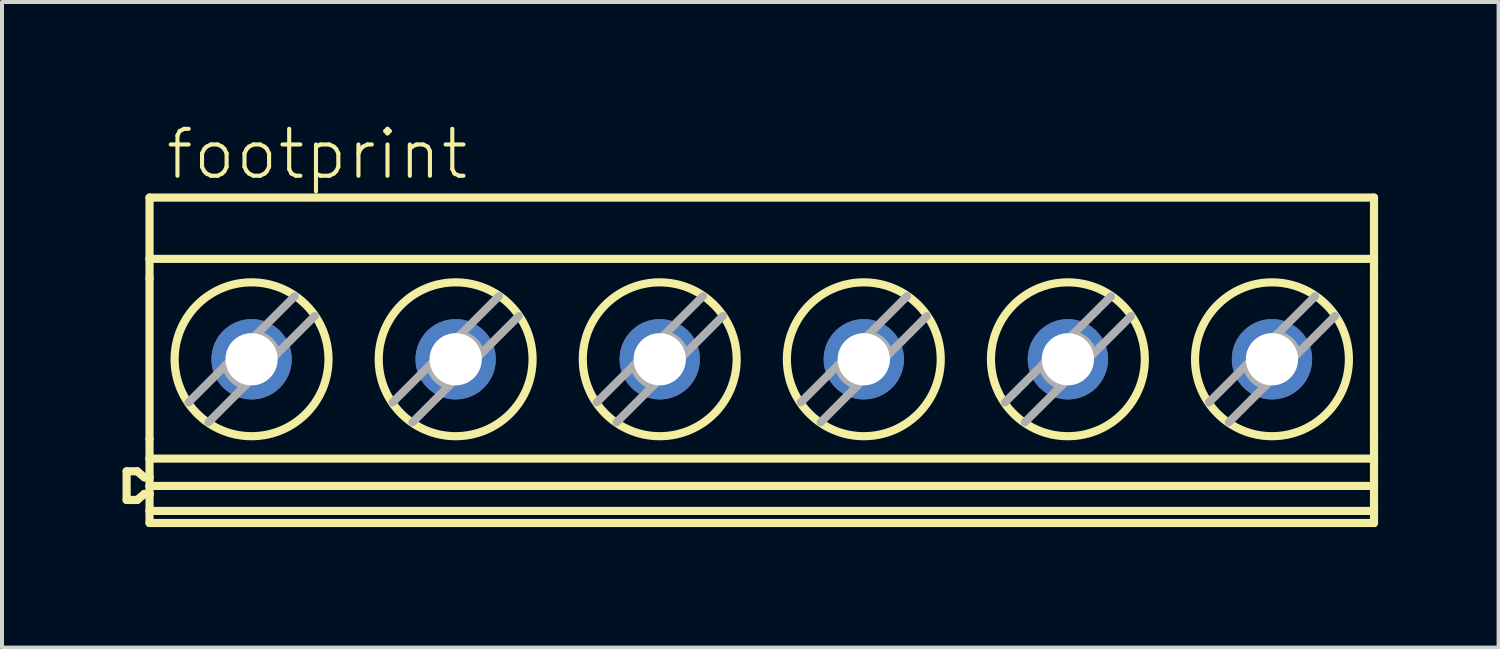
<source format=kicad_pcb>
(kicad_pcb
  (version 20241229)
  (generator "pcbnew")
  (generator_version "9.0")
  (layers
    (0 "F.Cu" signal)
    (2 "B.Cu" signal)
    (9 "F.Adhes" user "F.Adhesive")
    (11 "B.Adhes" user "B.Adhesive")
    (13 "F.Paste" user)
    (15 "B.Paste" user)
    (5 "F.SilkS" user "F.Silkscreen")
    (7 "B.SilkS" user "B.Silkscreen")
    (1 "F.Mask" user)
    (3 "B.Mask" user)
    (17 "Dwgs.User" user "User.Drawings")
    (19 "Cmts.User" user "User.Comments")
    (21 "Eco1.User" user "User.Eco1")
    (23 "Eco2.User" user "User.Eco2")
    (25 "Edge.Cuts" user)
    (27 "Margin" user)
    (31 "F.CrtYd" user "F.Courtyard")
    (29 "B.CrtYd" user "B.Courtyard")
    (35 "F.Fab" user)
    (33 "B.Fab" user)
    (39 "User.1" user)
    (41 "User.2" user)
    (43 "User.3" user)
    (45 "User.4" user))
  (footprint "footprint"
    (layer "F.Cu")
    (at 15.912 5.918)
    (property "Reference" "footprint" (at -14.89 -4.445 0) (layer "F.SilkS") (effects (font (size 1.168 1.168) (thickness 0.102)) (justify left bottom)))
    (fp_line (start -15.81 2.763) (end -15.81 3.477) (stroke (width 0.203) (type solid)) (layer "F.SilkS"))
    (fp_line (start -15.81 2.763) (end -15.547 2.763) (stroke (width 0.203) (type solid)) (layer "F.SilkS"))
    (fp_line (start -15.81 3.477) (end -15.547 3.477) (stroke (width 0.203) (type solid)) (layer "F.SilkS"))
    (fp_line (start -15.547 2.763) (end -15.369 2.913) (stroke (width 0.203) (type solid)) (layer "F.SilkS"))
    (fp_line (start -15.369 2.913) (end -15.24 2.913) (stroke (width 0.203) (type solid)) (layer "F.SilkS"))
    (fp_line (start -15.369 3.327) (end -15.547 3.477) (stroke (width 0.203) (type solid)) (layer "F.SilkS"))
    (fp_line (start -15.24 -4.05) (end 15.24 -4.05) (stroke (width 0.203) (type solid)) (layer "F.SilkS"))
    (fp_line (start -15.24 -2.524) (end -15.24 -4.05) (stroke (width 0.203) (type solid)) (layer "F.SilkS"))
    (fp_line (start -15.24 -2.524) (end -15.24 -2.041) (stroke (width 0.203) (type solid)) (layer "F.SilkS"))
    (fp_line (start -15.24 -2.524) (end 15.24 -2.524) (stroke (width 0.203) (type solid)) (layer "F.SilkS"))
    (fp_line (start -15.24 1.956) (end -15.24 -2.041) (stroke (width 0.203) (type solid)) (layer "F.SilkS"))
    (fp_line (start -15.24 1.956) (end -15.24 2.448) (stroke (width 0.203) (type solid)) (layer "F.SilkS"))
    (fp_line (start -15.24 2.913) (end -15.24 2.448) (stroke (width 0.203) (type solid)) (layer "F.SilkS"))
    (fp_line (start -15.24 3.128) (end -15.24 2.913) (stroke (width 0.203) (type solid)) (layer "F.SilkS"))
    (fp_line (start -15.24 3.128) (end 15.24 3.128) (stroke (width 0.203) (type solid)) (layer "F.SilkS"))
    (fp_line (start -15.24 3.327) (end -15.369 3.327) (stroke (width 0.203) (type solid)) (layer "F.SilkS"))
    (fp_line (start -15.24 3.327) (end -15.24 3.128) (stroke (width 0.203) (type solid)) (layer "F.SilkS"))
    (fp_line (start -15.24 3.75) (end -15.24 3.327) (stroke (width 0.203) (type solid)) (layer "F.SilkS"))
    (fp_line (start -15.24 3.75) (end -15.24 4.05) (stroke (width 0.203) (type solid)) (layer "F.SilkS"))
    (fp_line (start -15.24 4.05) (end 15.24 4.05) (stroke (width 0.203) (type solid)) (layer "F.SilkS"))
    (fp_line (start 15.24 -2.524) (end 15.24 -4.05) (stroke (width 0.203) (type solid)) (layer "F.SilkS"))
    (fp_line (start 15.24 -2.524) (end 15.24 -2.041) (stroke (width 0.203) (type solid)) (layer "F.SilkS"))
    (fp_line (start 15.24 1.956) (end 15.24 -2.041) (stroke (width 0.203) (type solid)) (layer "F.SilkS"))
    (fp_line (start 15.24 1.956) (end 15.24 2.448) (stroke (width 0.203) (type solid)) (layer "F.SilkS"))
    (fp_line (start 15.24 2.448) (end -15.24 2.448) (stroke (width 0.203) (type solid)) (layer "F.SilkS"))
    (fp_line (start 15.24 3.128) (end 15.24 2.448) (stroke (width 0.203) (type solid)) (layer "F.SilkS"))
    (fp_line (start 15.24 3.75) (end -15.24 3.75) (stroke (width 0.203) (type solid)) (layer "F.SilkS"))
    (fp_line (start 15.24 3.75) (end 15.24 3.128) (stroke (width 0.203) (type solid)) (layer "F.SilkS"))
    (fp_line (start 15.24 3.75) (end 15.24 4.05) (stroke (width 0.203) (type solid)) (layer "F.SilkS"))
    (fp_circle (center -12.7 -0.025) (end -10.785 -0.025) (stroke (width 0.203) (type solid)) (fill no) (layer "F.SilkS"))
    (fp_circle (center -7.62 -0.025) (end -5.705 -0.025) (stroke (width 0.203) (type solid)) (fill no) (layer "F.SilkS"))
    (fp_circle (center -2.54 -0.025) (end -0.625 -0.025) (stroke (width 0.203) (type solid)) (fill no) (layer "F.SilkS"))
    (fp_circle (center 2.54 -0.025) (end 4.455 -0.025) (stroke (width 0.203) (type solid)) (fill no) (layer "F.SilkS"))
    (fp_circle (center 7.62 -0.025) (end 9.535 -0.025) (stroke (width 0.203) (type solid)) (fill no) (layer "F.SilkS"))
    (fp_circle (center 12.7 -0.025) (end 14.615 -0.025) (stroke (width 0.203) (type solid)) (fill no) (layer "F.SilkS"))
    (fp_line (start -14.268 1.048) (end -13.339 0.119) (stroke (width 0.203) (type solid)) (layer "F.Fab"))
    (fp_line (start -13.339 0.119) (end -12.7 -0.52) (stroke (width 0.203) (type solid)) (layer "F.Fab"))
    (fp_line (start -12.86 0.63) (end -13.773 1.543) (stroke (width 0.203) (type solid)) (layer "F.Fab"))
    (fp_line (start -12.7 -0.52) (end -12.581 -0.639) (stroke (width 0.203) (type solid)) (layer "F.Fab"))
    (fp_line (start -12.7 0.47) (end -12.86 0.63) (stroke (width 0.203) (type solid)) (layer "F.Fab"))
    (fp_line (start -12.581 -0.639) (end -11.627 -1.593) (stroke (width 0.203) (type solid)) (layer "F.Fab"))
    (fp_line (start -12.07 -0.16) (end -12.7 0.47) (stroke (width 0.203) (type solid)) (layer "F.Fab"))
    (fp_line (start -11.132 -1.098) (end -12.07 -0.16) (stroke (width 0.203) (type solid)) (layer "F.Fab"))
    (fp_line (start -9.188 1.048) (end -8.259 0.119) (stroke (width 0.203) (type solid)) (layer "F.Fab"))
    (fp_line (start -8.259 0.119) (end -7.62 -0.52) (stroke (width 0.203) (type solid)) (layer "F.Fab"))
    (fp_line (start -7.78 0.63) (end -8.693 1.543) (stroke (width 0.203) (type solid)) (layer "F.Fab"))
    (fp_line (start -7.62 -0.52) (end -7.501 -0.639) (stroke (width 0.203) (type solid)) (layer "F.Fab"))
    (fp_line (start -7.62 0.47) (end -7.78 0.63) (stroke (width 0.203) (type solid)) (layer "F.Fab"))
    (fp_line (start -7.501 -0.639) (end -6.547 -1.593) (stroke (width 0.203) (type solid)) (layer "F.Fab"))
    (fp_line (start -6.99 -0.16) (end -7.62 0.47) (stroke (width 0.203) (type solid)) (layer "F.Fab"))
    (fp_line (start -6.052 -1.098) (end -6.99 -0.16) (stroke (width 0.203) (type solid)) (layer "F.Fab"))
    (fp_line (start -4.108 1.048) (end -3.179 0.119) (stroke (width 0.203) (type solid)) (layer "F.Fab"))
    (fp_line (start -3.179 0.119) (end -2.54 -0.52) (stroke (width 0.203) (type solid)) (layer "F.Fab"))
    (fp_line (start -2.7 0.63) (end -3.613 1.543) (stroke (width 0.203) (type solid)) (layer "F.Fab"))
    (fp_line (start -2.54 -0.52) (end -2.421 -0.639) (stroke (width 0.203) (type solid)) (layer "F.Fab"))
    (fp_line (start -2.54 0.47) (end -2.7 0.63) (stroke (width 0.203) (type solid)) (layer "F.Fab"))
    (fp_line (start -2.421 -0.639) (end -1.467 -1.593) (stroke (width 0.203) (type solid)) (layer "F.Fab"))
    (fp_line (start -1.91 -0.16) (end -2.54 0.47) (stroke (width 0.203) (type solid)) (layer "F.Fab"))
    (fp_line (start -0.972 -1.098) (end -1.91 -0.16) (stroke (width 0.203) (type solid)) (layer "F.Fab"))
    (fp_line (start 0.972 1.048) (end 1.901 0.119) (stroke (width 0.203) (type solid)) (layer "F.Fab"))
    (fp_line (start 1.901 0.119) (end 2.54 -0.52) (stroke (width 0.203) (type solid)) (layer "F.Fab"))
    (fp_line (start 2.38 0.63) (end 1.467 1.543) (stroke (width 0.203) (type solid)) (layer "F.Fab"))
    (fp_line (start 2.54 -0.52) (end 2.659 -0.639) (stroke (width 0.203) (type solid)) (layer "F.Fab"))
    (fp_line (start 2.54 0.47) (end 2.38 0.63) (stroke (width 0.203) (type solid)) (layer "F.Fab"))
    (fp_line (start 2.659 -0.639) (end 3.613 -1.593) (stroke (width 0.203) (type solid)) (layer "F.Fab"))
    (fp_line (start 3.17 -0.16) (end 2.54 0.47) (stroke (width 0.203) (type solid)) (layer "F.Fab"))
    (fp_line (start 4.108 -1.098) (end 3.17 -0.16) (stroke (width 0.203) (type solid)) (layer "F.Fab"))
    (fp_line (start 6.052 1.048) (end 6.981 0.119) (stroke (width 0.203) (type solid)) (layer "F.Fab"))
    (fp_line (start 6.981 0.119) (end 7.62 -0.52) (stroke (width 0.203) (type solid)) (layer "F.Fab"))
    (fp_line (start 7.46 0.63) (end 6.547 1.543) (stroke (width 0.203) (type solid)) (layer "F.Fab"))
    (fp_line (start 7.62 -0.52) (end 7.739 -0.639) (stroke (width 0.203) (type solid)) (layer "F.Fab"))
    (fp_line (start 7.62 0.47) (end 7.46 0.63) (stroke (width 0.203) (type solid)) (layer "F.Fab"))
    (fp_line (start 7.739 -0.639) (end 8.693 -1.593) (stroke (width 0.203) (type solid)) (layer "F.Fab"))
    (fp_line (start 8.25 -0.16) (end 7.62 0.47) (stroke (width 0.203) (type solid)) (layer "F.Fab"))
    (fp_line (start 9.188 -1.098) (end 8.25 -0.16) (stroke (width 0.203) (type solid)) (layer "F.Fab"))
    (fp_line (start 11.132 1.048) (end 12.061 0.119) (stroke (width 0.203) (type solid)) (layer "F.Fab"))
    (fp_line (start 12.061 0.119) (end 12.7 -0.52) (stroke (width 0.203) (type solid)) (layer "F.Fab"))
    (fp_line (start 12.54 0.63) (end 11.627 1.543) (stroke (width 0.203) (type solid)) (layer "F.Fab"))
    (fp_line (start 12.7 -0.52) (end 12.819 -0.639) (stroke (width 0.203) (type solid)) (layer "F.Fab"))
    (fp_line (start 12.7 0.47) (end 12.54 0.63) (stroke (width 0.203) (type solid)) (layer "F.Fab"))
    (fp_line (start 12.819 -0.639) (end 13.773 -1.593) (stroke (width 0.203) (type solid)) (layer "F.Fab"))
    (fp_line (start 13.33 -0.16) (end 12.7 0.47) (stroke (width 0.203) (type solid)) (layer "F.Fab"))
    (fp_line (start 14.268 -1.098) (end 13.33 -0.16) (stroke (width 0.203) (type solid)) (layer "F.Fab"))
    (fp_arc (start -12.859999 0.63) (mid -13.174215 0.444537) (end -13.339 0.119) (stroke (width 0.2032) (type solid)) (layer "F.Fab"))
    (fp_arc (start -12.581 -0.639) (mid -12.255463 -0.474216) (end -12.07 -0.16) (stroke (width 0.2032) (type solid)) (layer "F.Fab"))
    (fp_arc (start -7.779999 0.63) (mid -8.094215 0.444537) (end -8.259 0.119) (stroke (width 0.2032) (type solid)) (layer "F.Fab"))
    (fp_arc (start -7.501 -0.639) (mid -7.175463 -0.474216) (end -6.99 -0.16) (stroke (width 0.2032) (type solid)) (layer "F.Fab"))
    (fp_arc (start -2.699999 0.63) (mid -3.014215 0.444537) (end -3.179 0.119) (stroke (width 0.2032) (type solid)) (layer "F.Fab"))
    (fp_arc (start -2.421 -0.639) (mid -2.095463 -0.474216) (end -1.91 -0.16) (stroke (width 0.2032) (type solid)) (layer "F.Fab"))
    (fp_arc (start 2.38 0.629999) (mid 2.065784 0.444536) (end 1.901 0.119) (stroke (width 0.2032) (type solid)) (layer "F.Fab"))
    (fp_arc (start 2.659 -0.639001) (mid 2.984537 -0.474216) (end 3.17 -0.16) (stroke (width 0.2032) (type solid)) (layer "F.Fab"))
    (fp_arc (start 7.46 0.629999) (mid 7.145784 0.444536) (end 6.981 0.119) (stroke (width 0.2032) (type solid)) (layer "F.Fab"))
    (fp_arc (start 7.739 -0.639001) (mid 8.064537 -0.474216) (end 8.25 -0.16) (stroke (width 0.2032) (type solid)) (layer "F.Fab"))
    (fp_arc (start 12.54 0.629999) (mid 12.225784 0.444536) (end 12.061 0.119) (stroke (width 0.2032) (type solid)) (layer "F.Fab"))
    (fp_arc (start 12.819 -0.639001) (mid 13.144537 -0.474216) (end 13.33 -0.16) (stroke (width 0.2032) (type solid)) (layer "F.Fab"))
    (pad "1" thru_hole circle (at -12.7 -0.025) (size 2 2) (drill 1.3) (layers "*.Cu" "*.Mask"))
    (pad "2" thru_hole circle (at -7.62 -0.025) (size 2 2) (drill 1.3) (layers "*.Cu" "*.Mask"))
    (pad "3" thru_hole circle (at -2.54 -0.025) (size 2 2) (drill 1.3) (layers "*.Cu" "*.Mask"))
    (pad "4" thru_hole circle (at 2.54 -0.025) (size 2 2) (drill 1.3) (layers "*.Cu" "*.Mask"))
    (pad "5" thru_hole circle (at 7.62 -0.025) (size 2 2) (drill 1.3) (layers "*.Cu" "*.Mask"))
    (pad "6" thru_hole circle (at 12.7 -0.025) (size 2 2) (drill 1.3) (layers "*.Cu" "*.Mask")))
  (gr_rect
    (start -3 -3)
    (end 34.253 13.07)
    (stroke (width 0.1) (type default))
    (fill no)
    (layer "Edge.Cuts")))
</source>
